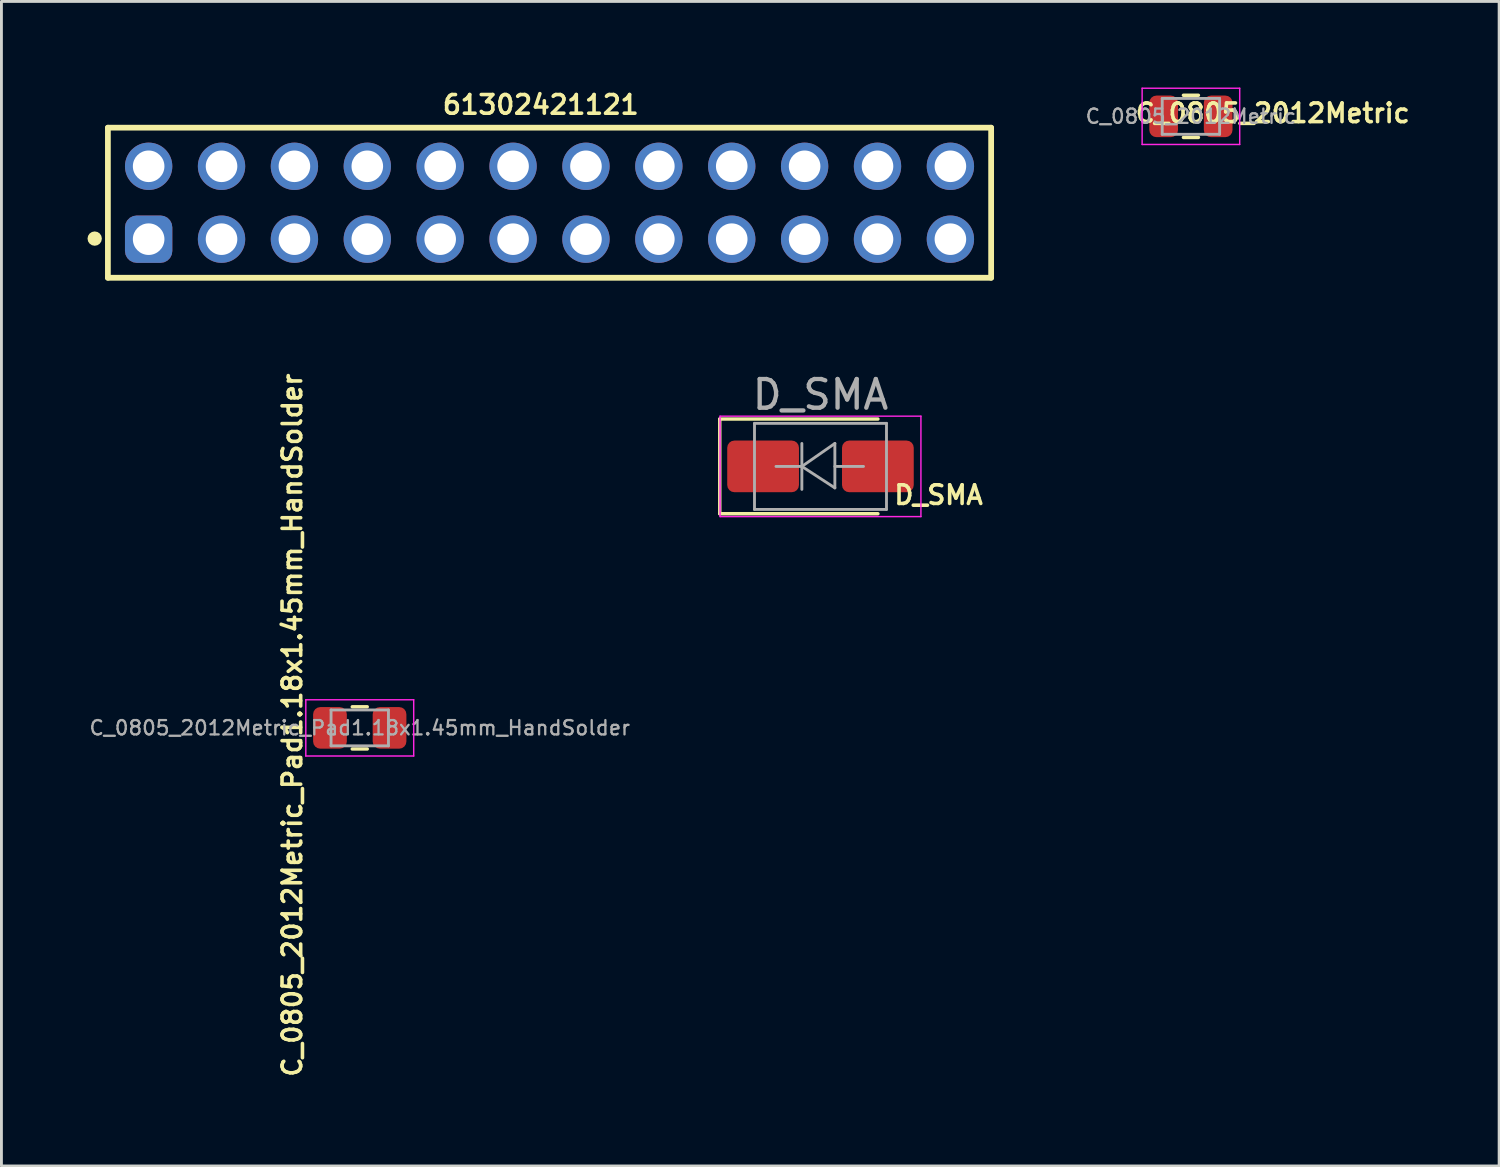
<source format=kicad_pcb>
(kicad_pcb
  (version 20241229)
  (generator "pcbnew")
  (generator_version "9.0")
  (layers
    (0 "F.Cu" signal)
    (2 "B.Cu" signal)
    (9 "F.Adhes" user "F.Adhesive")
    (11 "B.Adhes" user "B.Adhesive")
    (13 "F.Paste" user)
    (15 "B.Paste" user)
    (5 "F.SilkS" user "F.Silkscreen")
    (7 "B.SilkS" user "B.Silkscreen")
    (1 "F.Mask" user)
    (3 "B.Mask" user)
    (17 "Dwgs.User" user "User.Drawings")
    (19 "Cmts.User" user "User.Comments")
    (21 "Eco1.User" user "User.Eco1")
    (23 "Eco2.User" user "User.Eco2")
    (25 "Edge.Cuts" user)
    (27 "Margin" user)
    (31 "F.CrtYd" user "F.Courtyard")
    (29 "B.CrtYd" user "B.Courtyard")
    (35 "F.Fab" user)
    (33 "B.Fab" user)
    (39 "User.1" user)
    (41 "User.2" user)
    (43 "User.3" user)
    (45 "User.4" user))
  (footprint "C_0805_2012Metric"
    (layer "F.Cu")
    (at 38.452 1.005)
    (property "Reference" "C_0805_2012Metric" (at 2.852 -0.112 0) (layer "F.SilkS") (effects (font (size 0.65 0.65) (thickness 0.125))))
    (attr smd)
    (fp_line (start -0.261 -0.735) (end 0.261 -0.735) (stroke (width 0.12) (type solid)) (layer "F.SilkS"))
    (fp_line (start -0.261 0.735) (end 0.261 0.735) (stroke (width 0.12) (type solid)) (layer "F.SilkS"))
    (fp_line (start -1.7 -0.98) (end 1.7 -0.98) (stroke (width 0.05) (type solid)) (layer "F.CrtYd"))
    (fp_line (start -1.7 0.98) (end -1.7 -0.98) (stroke (width 0.05) (type solid)) (layer "F.CrtYd"))
    (fp_line (start 1.7 -0.98) (end 1.7 0.98) (stroke (width 0.05) (type solid)) (layer "F.CrtYd"))
    (fp_line (start 1.7 0.98) (end -1.7 0.98) (stroke (width 0.05) (type solid)) (layer "F.CrtYd"))
    (fp_line (start -1 -0.625) (end 1 -0.625) (stroke (width 0.1) (type solid)) (layer "F.Fab"))
    (fp_line (start -1 0.625) (end -1 -0.625) (stroke (width 0.1) (type solid)) (layer "F.Fab"))
    (fp_line (start 1 -0.625) (end 1 0.625) (stroke (width 0.1) (type solid)) (layer "F.Fab"))
    (fp_line (start 1 0.625) (end -1 0.625) (stroke (width 0.1) (type solid)) (layer "F.Fab"))
    (fp_text user "${REFERENCE}" (at 0 0 0) (layer "F.Fab") (effects (font (size 0.5 0.5) (thickness 0.08))))
    (pad "1" smd roundrect (at -0.95 0) (size 1 1.45) (layers "F.Cu" "F.Mask" "F.Paste") (roundrect_rratio 0.25))
    (pad "2" smd roundrect (at 0.95 0) (size 1 1.45) (layers "F.Cu" "F.Mask" "F.Paste") (roundrect_rratio 0.25)))
  (footprint "61302421121"
    (layer "F.Cu")
    (at 16.1 4.015)
    (property "Reference" "61302421121" (at -0.305 -3.415 0) (layer "F.SilkS") (effects (font (size 0.65 0.65) (thickness 0.125))))
    (fp_line (start -15.39 -2.615) (end 15.39 -2.615) (stroke (width 0.2) (type solid)) (layer "F.SilkS"))
    (fp_line (start -15.39 2.615) (end -15.39 -2.615) (stroke (width 0.2) (type solid)) (layer "F.SilkS"))
    (fp_line (start -15.39 2.615) (end 15.39 2.615) (stroke (width 0.2) (type solid)) (layer "F.SilkS"))
    (fp_line (start 15.39 2.615) (end 15.39 -2.615) (stroke (width 0.2) (type solid)) (layer "F.SilkS"))
    (fp_circle (center -15.85 1.25) (end -15.85 1.125) (stroke (width 0.25) (type solid)) (fill no) (layer "F.SilkS"))
    (fp_line (start -15.59 -2.815) (end 15.59 -2.815) (stroke (width 0.05) (type solid)) (layer "Eco2.User"))
    (fp_line (start -15.59 2.815) (end -15.59 -2.815) (stroke (width 0.05) (type solid)) (layer "Eco2.User"))
    (fp_line (start -15.59 2.815) (end 15.59 2.815) (stroke (width 0.05) (type solid)) (layer "Eco2.User"))
    (fp_line (start -0.5 0) (end 0.5 0) (stroke (width 0.05) (type solid)) (layer "Eco2.User"))
    (fp_line (start 0 0.5) (end 0 -0.5) (stroke (width 0.05) (type solid)) (layer "Eco2.User"))
    (fp_line (start 15.59 2.815) (end 15.59 -2.815) (stroke (width 0.05) (type solid)) (layer "Eco2.User"))
    (fp_line (start -15.24 -2.54) (end 15.24 -2.54) (stroke (width 0.1) (type solid)) (layer "User.11"))
    (fp_line (start -15.24 2.54) (end -15.24 -2.54) (stroke (width 0.1) (type solid)) (layer "User.11"))
    (fp_line (start -15.24 2.54) (end 15.24 2.54) (stroke (width 0.1) (type solid)) (layer "User.11"))
    (fp_line (start 15.24 2.54) (end 15.24 -2.54) (stroke (width 0.1) (type solid)) (layer "User.11"))
    (fp_text user "${REFERENCE}" (at 0.15 -0.197 0) (unlocked yes) (layer "User.3") (effects (font (size 0.65 0.65) (thickness 0.125))))
    (pad "1" thru_hole roundrect (at -13.97 1.27) (size 1.65 1.65) (drill 1.1) (layers "*.Cu" "*.Mask") (roundrect_rratio 0.25))
    (pad "2" thru_hole circle (at -13.97 -1.27) (size 1.65 1.65) (drill 1.1) (layers "*.Cu" "*.Mask"))
    (pad "3" thru_hole circle (at -11.43 1.27) (size 1.65 1.65) (drill 1.1) (layers "*.Cu" "*.Mask"))
    (pad "4" thru_hole circle (at -11.43 -1.27) (size 1.65 1.65) (drill 1.1) (layers "*.Cu" "*.Mask"))
    (pad "5" thru_hole circle (at -8.89 1.27) (size 1.65 1.65) (drill 1.1) (layers "*.Cu" "*.Mask"))
    (pad "6" thru_hole circle (at -8.89 -1.27) (size 1.65 1.65) (drill 1.1) (layers "*.Cu" "*.Mask"))
    (pad "7" thru_hole circle (at -6.35 1.27) (size 1.65 1.65) (drill 1.1) (layers "*.Cu" "*.Mask"))
    (pad "8" thru_hole circle (at -6.35 -1.27) (size 1.65 1.65) (drill 1.1) (layers "*.Cu" "*.Mask"))
    (pad "9" thru_hole circle (at -3.81 1.27) (size 1.65 1.65) (drill 1.1) (layers "*.Cu" "*.Mask"))
    (pad "10" thru_hole circle (at -3.81 -1.27) (size 1.65 1.65) (drill 1.1) (layers "*.Cu" "*.Mask"))
    (pad "11" thru_hole circle (at -1.27 1.27) (size 1.65 1.65) (drill 1.1) (layers "*.Cu" "*.Mask"))
    (pad "12" thru_hole circle (at -1.27 -1.27) (size 1.65 1.65) (drill 1.1) (layers "*.Cu" "*.Mask"))
    (pad "13" thru_hole circle (at 1.27 1.27) (size 1.65 1.65) (drill 1.1) (layers "*.Cu" "*.Mask"))
    (pad "14" thru_hole circle (at 1.27 -1.27) (size 1.65 1.65) (drill 1.1) (layers "*.Cu" "*.Mask"))
    (pad "15" thru_hole circle (at 3.81 1.27) (size 1.65 1.65) (drill 1.1) (layers "*.Cu" "*.Mask"))
    (pad "16" thru_hole circle (at 3.81 -1.27) (size 1.65 1.65) (drill 1.1) (layers "*.Cu" "*.Mask"))
    (pad "17" thru_hole circle (at 6.35 1.27) (size 1.65 1.65) (drill 1.1) (layers "*.Cu" "*.Mask"))
    (pad "18" thru_hole circle (at 6.35 -1.27) (size 1.65 1.65) (drill 1.1) (layers "*.Cu" "*.Mask"))
    (pad "19" thru_hole circle (at 8.89 1.27) (size 1.65 1.65) (drill 1.1) (layers "*.Cu" "*.Mask"))
    (pad "20" thru_hole circle (at 8.89 -1.27) (size 1.65 1.65) (drill 1.1) (layers "*.Cu" "*.Mask"))
    (pad "21" thru_hole circle (at 11.43 1.27) (size 1.65 1.65) (drill 1.1) (layers "*.Cu" "*.Mask"))
    (pad "22" thru_hole circle (at 11.43 -1.27) (size 1.65 1.65) (drill 1.1) (layers "*.Cu" "*.Mask"))
    (pad "23" thru_hole circle (at 13.97 1.27) (size 1.65 1.65) (drill 1.1) (layers "*.Cu" "*.Mask"))
    (pad "24" thru_hole circle (at 13.97 -1.27) (size 1.65 1.65) (drill 1.1) (layers "*.Cu" "*.Mask")))
  (footprint "D_SMA"
    (layer "F.Cu")
    (at 25.543 13.203)
    (property "Reference" "D_SMA" (at 4.115 0.997 180) (layer "F.SilkS") (effects (font (size 0.65 0.65) (thickness 0.125))))
    (attr smd)
    (fp_line (start -3.51 -1.65) (end -3.51 1.65) (stroke (width 0.12) (type solid)) (layer "F.SilkS"))
    (fp_line (start -3.51 -1.65) (end 2 -1.65) (stroke (width 0.12) (type solid)) (layer "F.SilkS"))
    (fp_line (start -3.51 1.65) (end 2 1.65) (stroke (width 0.12) (type solid)) (layer "F.SilkS"))
    (fp_line (start -3.5 -1.75) (end 3.5 -1.75) (stroke (width 0.05) (type solid)) (layer "F.CrtYd"))
    (fp_line (start -3.5 1.75) (end -3.5 -1.75) (stroke (width 0.05) (type solid)) (layer "F.CrtYd"))
    (fp_line (start 3.5 -1.75) (end 3.5 1.75) (stroke (width 0.05) (type solid)) (layer "F.CrtYd"))
    (fp_line (start 3.5 1.75) (end -3.5 1.75) (stroke (width 0.05) (type solid)) (layer "F.CrtYd"))
    (fp_line (start -2.3 1.5) (end -2.3 -1.5) (stroke (width 0.1) (type solid)) (layer "F.Fab"))
    (fp_line (start -0.649 -0.799) (end -0.649 0.801) (stroke (width 0.1) (type solid)) (layer "F.Fab"))
    (fp_line (start -0.649 0.001) (end -1.551 0.001) (stroke (width 0.1) (type solid)) (layer "F.Fab"))
    (fp_line (start -0.649 0.001) (end 0.501 -0.799) (stroke (width 0.1) (type solid)) (layer "F.Fab"))
    (fp_line (start -0.649 0.001) (end 0.501 0.75) (stroke (width 0.1) (type solid)) (layer "F.Fab"))
    (fp_line (start 0.501 0.001) (end 1.499 0.001) (stroke (width 0.1) (type solid)) (layer "F.Fab"))
    (fp_line (start 0.501 0.75) (end 0.501 -0.799) (stroke (width 0.1) (type solid)) (layer "F.Fab"))
    (fp_line (start 2.3 -1.5) (end -2.3 -1.5) (stroke (width 0.1) (type solid)) (layer "F.Fab"))
    (fp_line (start 2.3 -1.5) (end 2.3 1.5) (stroke (width 0.1) (type solid)) (layer "F.Fab"))
    (fp_line (start 2.3 1.5) (end -2.3 1.5) (stroke (width 0.1) (type solid)) (layer "F.Fab"))
    (fp_text user "${REFERENCE}" (at 0 -2.5 180) (layer "F.Fab") (effects (font (size 1 1) (thickness 0.15))))
    (pad "1" smd roundrect (at -2 0) (size 2.5 1.8) (layers "F.Cu" "F.Mask" "F.Paste") (roundrect_rratio 0.139))
    (pad "2" smd roundrect (at 2 0) (size 2.5 1.8) (layers "F.Cu" "F.Mask" "F.Paste") (roundrect_rratio 0.139)))
  (footprint "C_0805_2012Metric_Pad1.18x1.45mm_HandSolder"
    (layer "F.Cu")
    (at 9.487 22.316)
    (property "Reference" "C_0805_2012Metric_Pad1.18x1.45mm_HandSolder" (at -2.353 -0.097 270) (layer "F.SilkS") (effects (font (size 0.65 0.65) (thickness 0.125))))
    (attr smd)
    (fp_line (start -0.261 -0.735) (end 0.261 -0.735) (stroke (width 0.12) (type solid)) (layer "F.SilkS"))
    (fp_line (start -0.261 0.735) (end 0.261 0.735) (stroke (width 0.12) (type solid)) (layer "F.SilkS"))
    (fp_line (start -1.88 -0.98) (end 1.88 -0.98) (stroke (width 0.05) (type solid)) (layer "F.CrtYd"))
    (fp_line (start -1.88 0.98) (end -1.88 -0.98) (stroke (width 0.05) (type solid)) (layer "F.CrtYd"))
    (fp_line (start 1.88 -0.98) (end 1.88 0.98) (stroke (width 0.05) (type solid)) (layer "F.CrtYd"))
    (fp_line (start 1.88 0.98) (end -1.88 0.98) (stroke (width 0.05) (type solid)) (layer "F.CrtYd"))
    (fp_line (start -1 -0.625) (end 1 -0.625) (stroke (width 0.1) (type solid)) (layer "F.Fab"))
    (fp_line (start -1 0.625) (end -1 -0.625) (stroke (width 0.1) (type solid)) (layer "F.Fab"))
    (fp_line (start 1 -0.625) (end 1 0.625) (stroke (width 0.1) (type solid)) (layer "F.Fab"))
    (fp_line (start 1 0.625) (end -1 0.625) (stroke (width 0.1) (type solid)) (layer "F.Fab"))
    (fp_text user "${REFERENCE}" (at 0 0 0) (layer "F.Fab") (effects (font (size 0.5 0.5) (thickness 0.08))))
    (pad "1" smd roundrect (at -1.038 0) (size 1.175 1.45) (layers "F.Cu" "F.Mask" "F.Paste") (roundrect_rratio 0.213))
    (pad "2" smd roundrect (at 1.038 0) (size 1.175 1.45) (layers "F.Cu" "F.Mask" "F.Paste") (roundrect_rratio 0.213)))
  (gr_rect
    (start -3 -3)
    (end 49.193 37.583)
    (stroke (width 0.1) (type default))
    (fill no)
    (layer "Edge.Cuts")))
</source>
